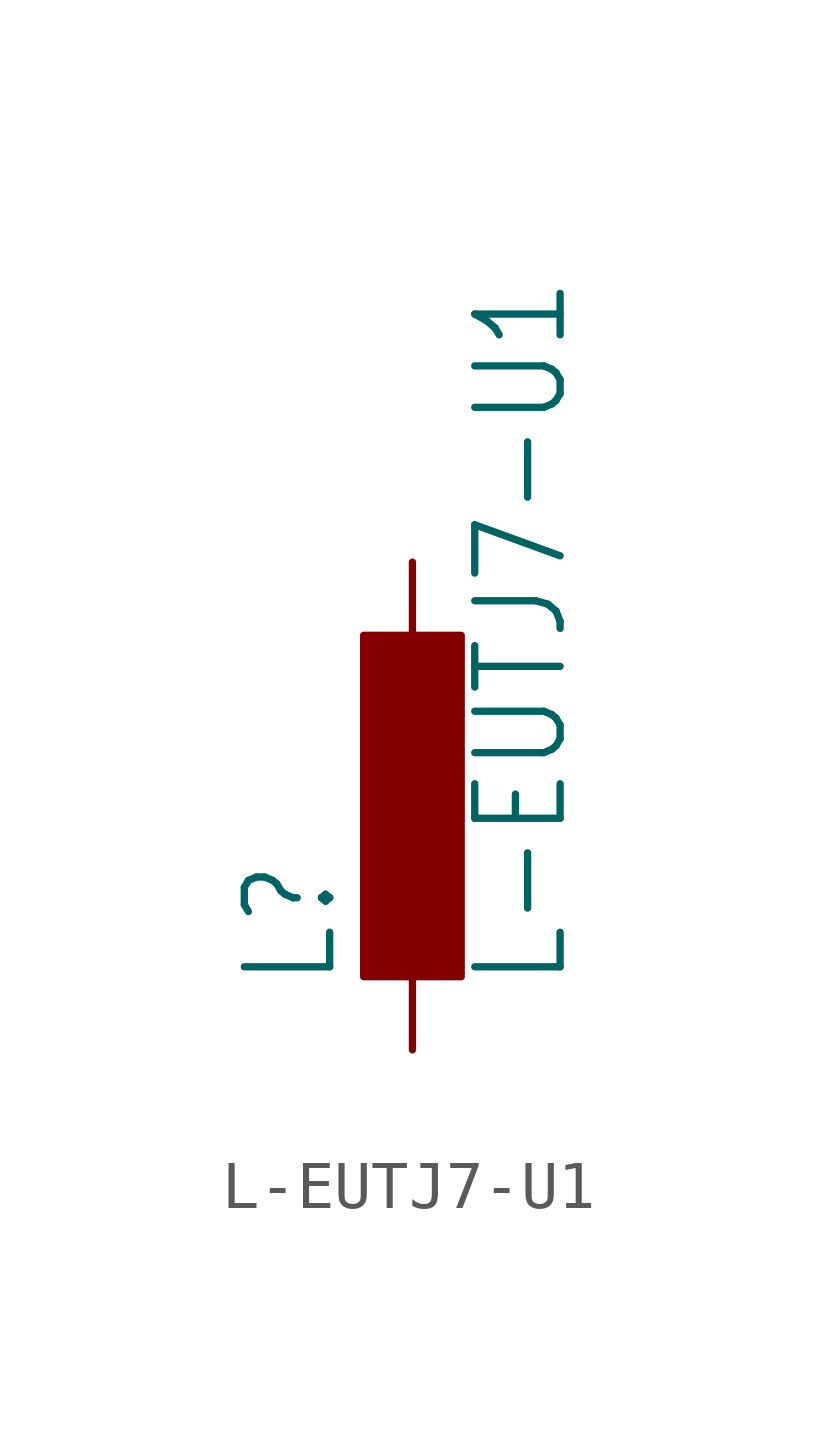
<source format=kicad_sym>
(kicad_symbol_lib
  (version 20211014)
  (generator kicad_symbol_editor)
  (symbol "L-EUTJ7-U1"
    (property "Reference" "L"
      (at -1.499 -3.81 90)
      (effects (font (size 1.778 1.511)) (justify left bottom)))
    (property "Value" "L-EUTJ7-U1"
      (at 3.302 -3.81 90)
      (effects (font (size 1.778 1.511)) (justify left bottom)))
    (property "ki_locked" ""
      (at 0 0 0)
      (effects (font (size 1.27 1.27))))
    (symbol "L-EUTJ7-U1_1_0"
      (rectangle (start -1.016 -3.556) (end 1.016 3.556) (stroke (width 0) (type default) (color 0 0 0 0)) (fill (type outline)))
      (pin passive line (at 0 5.08 270) (length 2.54) (name "1" (effects (font (size 0 0)))) (number "1" (effects (font (size 0 0)))))
      (pin passive line (at 0 -5.08 90) (length 2.54) (name "2" (effects (font (size 0 0)))) (number "2" (effects (font (size 0 0))))))))
</source>
